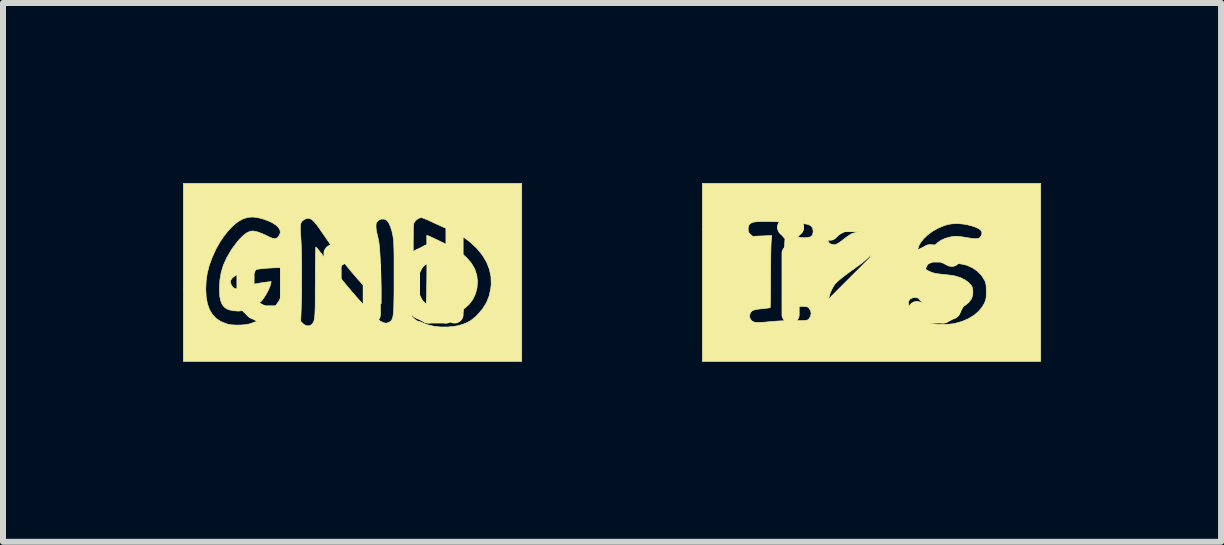
<source format=kicad_pcb>
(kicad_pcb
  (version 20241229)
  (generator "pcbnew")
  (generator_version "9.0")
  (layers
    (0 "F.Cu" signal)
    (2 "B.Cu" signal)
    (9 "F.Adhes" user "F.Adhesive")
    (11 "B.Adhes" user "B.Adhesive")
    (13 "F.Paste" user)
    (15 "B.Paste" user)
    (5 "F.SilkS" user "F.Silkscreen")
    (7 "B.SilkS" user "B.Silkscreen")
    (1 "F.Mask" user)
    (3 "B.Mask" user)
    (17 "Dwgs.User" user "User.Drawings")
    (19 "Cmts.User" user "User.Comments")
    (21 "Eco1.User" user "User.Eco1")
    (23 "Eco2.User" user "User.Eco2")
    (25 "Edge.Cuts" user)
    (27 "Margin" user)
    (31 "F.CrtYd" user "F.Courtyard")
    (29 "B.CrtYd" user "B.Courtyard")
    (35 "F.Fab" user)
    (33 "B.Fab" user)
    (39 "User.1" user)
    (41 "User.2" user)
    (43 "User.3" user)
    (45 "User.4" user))
  (footprint "gnd"
    (layer "F.Cu")
    (at 2.819 1.5)
    (property "Reference" "gnd" (at 0 0 0) (layer "F.SilkS") (effects (font (size 1.524 1.524) (thickness 0.3))))
    (attr through_hole)
    (fp_poly (pts (xy 1.267 -0.621) (xy 1.284 -0.614) (xy 1.317 -0.599) (xy 1.364 -0.577) (xy 1.42 -0.55) (xy 1.484 -0.52) (xy 1.511 -0.506) (xy 1.623 -0.45) (xy 1.715 -0.4) (xy 1.786 -0.356) (xy 1.819 -0.333) (xy 1.914 -0.25) (xy 1.989 -0.16) (xy 2.043 -0.065) (xy 2.076 0.036) (xy 2.088 0.142) (xy 2.088 0.148) (xy 2.079 0.254) (xy 2.052 0.352) (xy 2.008 0.442) (xy 1.95 0.519) (xy 1.88 0.583) (xy 1.798 0.63) (xy 1.733 0.653) (xy 1.675 0.664) (xy 1.606 0.672) (xy 1.534 0.676) (xy 1.465 0.676) (xy 1.407 0.671) (xy 1.385 0.667) (xy 1.34 0.654) (xy 1.294 0.636) (xy 1.276 0.628) (xy 1.228 0.603) (xy 1.237 0.414) (xy 1.239 0.358) (xy 1.24 0.285) (xy 1.242 0.197) (xy 1.243 0.099) (xy 1.244 -0.004) (xy 1.244 -0.11) (xy 1.244 -0.201) (xy 1.242 -0.628) (xy 1.267 -0.621)) (stroke (width 0.01) (type solid)) (fill yes) (layer "F.SilkS"))
    (fp_poly (pts (xy 2.825 1.473) (xy -2.814 1.473) (xy -2.814 0.268) (xy -2.44 0.268) (xy -2.44 0.268) (xy -2.433 0.399) (xy -2.412 0.513) (xy -2.377 0.611) (xy -2.327 0.693) (xy -2.262 0.76) (xy -2.182 0.811) (xy -2.087 0.848) (xy -2.077 0.851) (xy -2.013 0.862) (xy -1.936 0.867) (xy -1.854 0.866) (xy -1.775 0.859) (xy -1.71 0.847) (xy -1.593 0.805) (xy -1.484 0.745) (xy -1.384 0.667) (xy -1.296 0.573) (xy -1.221 0.465) (xy -1.161 0.344) (xy -1.117 0.213) (xy -1.116 0.209) (xy -1.101 0.165) (xy -1.084 0.128) (xy -1.071 0.11) (xy -1.045 0.069) (xy -1.036 0.023) (xy -1.044 -0.021) (xy -1.067 -0.058) (xy -1.083 -0.071) (xy -1.111 -0.08) (xy -1.156 -0.086) (xy -1.217 -0.089) (xy -1.289 -0.088) (xy -1.368 -0.084) (xy -1.453 -0.078) (xy -1.538 -0.069) (xy -1.622 -0.057) (xy -1.698 -0.043) (xy -1.8 -0.018) (xy -1.884 0.012) (xy -1.951 0.045) (xy -1.998 0.082) (xy -2.025 0.121) (xy -2.027 0.128) (xy -2.027 0.16) (xy -2.015 0.197) (xy -1.994 0.23) (xy -1.977 0.246) (xy -1.957 0.257) (xy -1.935 0.262) (xy -1.906 0.26) (xy -1.867 0.251) (xy -1.813 0.235) (xy -1.788 0.226) (xy -1.65 0.187) (xy -1.495 0.159) (xy -1.414 0.149) (xy -1.35 0.142) (xy -1.357 0.178) (xy -1.374 0.231) (xy -1.401 0.293) (xy -1.436 0.357) (xy -1.474 0.417) (xy -1.513 0.466) (xy -1.523 0.476) (xy -1.604 0.543) (xy -1.696 0.592) (xy -1.794 0.623) (xy -1.896 0.634) (xy -1.98 0.628) (xy -2.041 0.615) (xy -2.086 0.599) (xy -2.121 0.576) (xy -2.147 0.549) (xy -2.175 0.507) (xy -2.194 0.453) (xy -2.207 0.386) (xy -2.212 0.301) (xy -2.212 0.253) (xy -2.205 0.115) (xy -2.183 -0.012) (xy -2.146 -0.134) (xy -2.091 -0.255) (xy -2.019 -0.378) (xy -1.996 -0.412) (xy -1.932 -0.499) (xy -1.87 -0.573) (xy -1.811 -0.63) (xy -1.757 -0.67) (xy -1.734 -0.682) (xy -1.698 -0.695) (xy -1.67 -0.701) (xy -1.638 -0.699) (xy -1.61 -0.694) (xy -1.568 -0.683) (xy -1.515 -0.663) (xy -1.457 -0.638) (xy -1.434 -0.627) (xy -1.373 -0.597) (xy -1.326 -0.579) (xy -1.291 -0.573) (xy -1.264 -0.579) (xy -1.24 -0.597) (xy -1.217 -0.626) (xy -1.217 -0.626) (xy -1.199 -0.668) (xy -1.202 -0.712) (xy -1.226 -0.755) (xy -1.232 -0.761) (xy -0.864 -0.761) (xy -0.863 -0.706) (xy -0.859 -0.633) (xy -0.856 -0.599) (xy -0.852 -0.524) (xy -0.848 -0.43) (xy -0.845 -0.322) (xy -0.843 -0.202) (xy -0.842 -0.075) (xy -0.841 0.057) (xy -0.842 0.19) (xy -0.843 0.319) (xy -0.845 0.442) (xy -0.849 0.555) (xy -0.849 0.575) (xy -0.858 0.804) (xy -0.82 0.842) (xy -0.78 0.871) (xy -0.737 0.881) (xy -0.697 0.872) (xy -0.672 0.853) (xy -0.66 0.84) (xy -0.65 0.825) (xy -0.641 0.808) (xy -0.635 0.787) (xy -0.629 0.759) (xy -0.625 0.723) (xy -0.621 0.677) (xy -0.619 0.62) (xy -0.617 0.548) (xy -0.616 0.462) (xy -0.616 0.358) (xy -0.616 0.235) (xy -0.615 0.147) (xy -0.615 0.037) (xy -0.615 -0.067) (xy -0.614 -0.161) (xy -0.613 -0.245) (xy -0.612 -0.316) (xy -0.61 -0.372) (xy -0.609 -0.411) (xy -0.607 -0.431) (xy -0.606 -0.433) (xy -0.597 -0.426) (xy -0.577 -0.405) (xy -0.549 -0.37) (xy -0.514 -0.326) (xy -0.475 -0.275) (xy -0.472 -0.272) (xy -0.384 -0.155) (xy -0.292 -0.039) (xy -0.199 0.077) (xy -0.106 0.191) (xy -0.014 0.3) (xy 0.075 0.403) (xy 0.16 0.498) (xy 0.24 0.584) (xy 0.312 0.659) (xy 0.375 0.722) (xy 0.429 0.77) (xy 0.47 0.802) (xy 0.471 0.802) (xy 0.525 0.829) (xy 0.574 0.835) (xy 0.619 0.819) (xy 0.638 0.805) (xy 0.65 0.793) (xy 0.66 0.779) (xy 0.668 0.761) (xy 0.676 0.738) (xy 0.678 0.724) (xy 0.997 0.724) (xy 1.036 0.763) (xy 1.063 0.786) (xy 1.089 0.8) (xy 1.098 0.802) (xy 1.121 0.807) (xy 1.154 0.82) (xy 1.177 0.83) (xy 1.263 0.864) (xy 1.364 0.887) (xy 1.475 0.899) (xy 1.59 0.899) (xy 1.705 0.887) (xy 1.747 0.88) (xy 1.836 0.857) (xy 1.911 0.828) (xy 1.979 0.789) (xy 2.045 0.736) (xy 2.089 0.693) (xy 2.174 0.595) (xy 2.239 0.49) (xy 2.283 0.378) (xy 2.309 0.255) (xy 2.316 0.187) (xy 2.312 0.061) (xy 2.286 -0.062) (xy 2.24 -0.18) (xy 2.173 -0.294) (xy 2.086 -0.402) (xy 1.979 -0.504) (xy 1.922 -0.549) (xy 1.841 -0.607) (xy 1.76 -0.655) (xy 1.673 -0.699) (xy 1.575 -0.742) (xy 1.516 -0.766) (xy 1.448 -0.797) (xy 1.377 -0.829) (xy 1.319 -0.856) (xy 1.266 -0.881) (xy 1.218 -0.901) (xy 1.179 -0.916) (xy 1.154 -0.923) (xy 1.15 -0.923) (xy 1.111 -0.914) (xy 1.071 -0.887) (xy 1.037 -0.849) (xy 1.033 -0.842) (xy 1.029 -0.832) (xy 1.026 -0.818) (xy 1.023 -0.799) (xy 1.021 -0.772) (xy 1.019 -0.735) (xy 1.018 -0.687) (xy 1.018 -0.626) (xy 1.017 -0.55) (xy 1.017 -0.457) (xy 1.017 -0.345) (xy 1.017 -0.258) (xy 1.016 -0.141) (xy 1.016 -0.022) (xy 1.015 0.093) (xy 1.014 0.203) (xy 1.012 0.303) (xy 1.011 0.391) (xy 1.009 0.463) (xy 1.007 0.513) (xy 0.997 0.724) (xy 0.678 0.724) (xy 0.682 0.708) (xy 0.686 0.669) (xy 0.69 0.62) (xy 0.693 0.558) (xy 0.694 0.483) (xy 0.696 0.391) (xy 0.697 0.282) (xy 0.697 0.154) (xy 0.697 0.06) (xy 0.697 -0.07) (xy 0.697 -0.18) (xy 0.697 -0.272) (xy 0.696 -0.349) (xy 0.695 -0.413) (xy 0.693 -0.465) (xy 0.691 -0.507) (xy 0.689 -0.543) (xy 0.685 -0.574) (xy 0.682 -0.601) (xy 0.678 -0.62) (xy 0.661 -0.7) (xy 0.638 -0.77) (xy 0.613 -0.828) (xy 0.586 -0.868) (xy 0.574 -0.88) (xy 0.533 -0.899) (xy 0.487 -0.9) (xy 0.445 -0.883) (xy 0.428 -0.869) (xy 0.408 -0.846) (xy 0.399 -0.822) (xy 0.396 -0.787) (xy 0.396 -0.778) (xy 0.399 -0.736) (xy 0.407 -0.685) (xy 0.417 -0.642) (xy 0.429 -0.592) (xy 0.441 -0.532) (xy 0.45 -0.475) (xy 0.45 -0.471) (xy 0.456 -0.416) (xy 0.461 -0.343) (xy 0.466 -0.256) (xy 0.471 -0.159) (xy 0.475 -0.056) (xy 0.479 0.049) (xy 0.481 0.152) (xy 0.483 0.249) (xy 0.483 0.308) (xy 0.483 0.511) (xy 0.321 0.346) (xy 0.2 0.22) (xy 0.086 0.094) (xy -0.025 -0.035) (xy -0.135 -0.171) (xy -0.245 -0.315) (xy -0.359 -0.471) (xy -0.479 -0.643) (xy -0.537 -0.728) (xy -0.588 -0.799) (xy -0.631 -0.852) (xy -0.669 -0.888) (xy -0.704 -0.908) (xy -0.738 -0.913) (xy -0.772 -0.905) (xy -0.799 -0.891) (xy -0.824 -0.874) (xy -0.842 -0.856) (xy -0.854 -0.833) (xy -0.862 -0.803) (xy -0.864 -0.761) (xy -1.232 -0.761) (xy -1.268 -0.797) (xy -1.329 -0.837) (xy -1.402 -0.871) (xy -1.502 -0.906) (xy -1.589 -0.927) (xy -1.667 -0.934) (xy -1.739 -0.927) (xy -1.81 -0.906) (xy -1.837 -0.894) (xy -1.91 -0.851) (xy -1.985 -0.789) (xy -2.061 -0.711) (xy -2.134 -0.62) (xy -2.202 -0.52) (xy -2.263 -0.413) (xy -2.275 -0.39) (xy -2.337 -0.251) (xy -2.384 -0.12) (xy -2.416 0.007) (xy -2.434 0.134) (xy -2.44 0.268) (xy -2.814 0.268) (xy -2.814 -1.495) (xy 2.825 -1.495) (xy 2.825 1.473)) (stroke (width 0.01) (type solid)) (fill yes) (layer "F.SilkS")))
  (footprint "i2s"
    (layer "F.Cu")
    (at 11.467 1.5)
    (property "Reference" "i2s" (at 0 0 0) (layer "F.SilkS") (effects (font (size 1.524 1.524) (thickness 0.3))))
    (attr through_hole)
    (fp_poly (pts (xy 2.825 1.473) (xy -2.814 1.473) (xy -2.814 -0.734) (xy -2.05 -0.734) (xy -2.048 -0.699) (xy -2.039 -0.675) (xy -2.019 -0.652) (xy -2.012 -0.646) (xy -1.974 -0.612) (xy -1.815 -0.619) (xy -1.656 -0.625) (xy -1.666 -0.524) (xy -1.668 -0.492) (xy -1.67 -0.44) (xy -1.671 -0.372) (xy -1.673 -0.291) (xy -1.674 -0.199) (xy -1.675 -0.099) (xy -1.675 0.006) (xy -1.676 0.073) (xy -1.676 0.176) (xy -1.676 0.271) (xy -1.677 0.358) (xy -1.678 0.433) (xy -1.679 0.494) (xy -1.68 0.54) (xy -1.681 0.568) (xy -1.682 0.576) (xy -1.695 0.579) (xy -1.725 0.584) (xy -1.768 0.589) (xy -1.819 0.595) (xy -1.82 0.595) (xy -1.887 0.602) (xy -1.936 0.611) (xy -1.971 0.623) (xy -1.994 0.639) (xy -2.01 0.66) (xy -2.017 0.674) (xy -2.027 0.721) (xy -2.015 0.764) (xy -1.987 0.797) (xy -1.969 0.809) (xy -1.947 0.818) (xy -1.918 0.823) (xy -1.878 0.824) (xy -1.826 0.822) (xy -1.758 0.817) (xy -1.671 0.808) (xy -1.665 0.808) (xy -1.603 0.803) (xy -1.525 0.798) (xy -1.44 0.794) (xy -1.354 0.792) (xy -1.288 0.792) (xy -1.213 0.791) (xy -1.156 0.791) (xy -1.115 0.79) (xy -1.087 0.788) (xy -1.068 0.784) (xy -1.055 0.779) (xy -1.046 0.772) (xy -1.039 0.765) (xy -1.011 0.723) (xy -1.001 0.676) (xy -1.009 0.628) (xy -1.035 0.587) (xy -1.036 0.586) (xy -0.726 0.586) (xy -0.721 0.654) (xy -0.707 0.711) (xy -0.682 0.752) (xy -0.681 0.753) (xy -0.671 0.763) (xy -0.661 0.771) (xy -0.649 0.777) (xy -0.632 0.782) (xy -0.609 0.785) (xy -0.576 0.786) (xy -0.534 0.786) (xy -0.478 0.785) (xy -0.407 0.782) (xy -0.32 0.778) (xy -0.214 0.772) (xy -0.158 0.77) (xy -0.08 0.766) (xy -0.02 0.764) (xy 0.026 0.763) (xy 0.06 0.765) (xy 0.087 0.768) (xy 0.109 0.773) (xy 0.116 0.775) (xy 0.176 0.789) (xy 0.221 0.79) (xy 0.256 0.778) (xy 0.279 0.759) (xy 0.306 0.719) (xy 0.312 0.677) (xy 0.297 0.637) (xy 0.277 0.615) (xy 0.239 0.588) (xy 0.191 0.569) (xy 0.13 0.557) (xy 0.053 0.551) (xy -0.005 0.55) (xy -0.067 0.55) (xy -0.138 0.553) (xy -0.215 0.557) (xy -0.291 0.561) (xy -0.362 0.566) (xy -0.423 0.572) (xy -0.467 0.577) (xy -0.471 0.578) (xy -0.509 0.584) (xy -0.501 0.527) (xy -0.497 0.505) (xy 0.622 0.505) (xy 0.622 0.518) (xy 0.632 0.586) (xy 0.662 0.648) (xy 0.713 0.706) (xy 0.72 0.712) (xy 0.769 0.747) (xy 0.832 0.781) (xy 0.904 0.811) (xy 0.978 0.835) (xy 1.005 0.841) (xy 1.067 0.85) (xy 1.144 0.855) (xy 1.226 0.856) (xy 1.306 0.851) (xy 1.377 0.843) (xy 1.393 0.84) (xy 1.511 0.807) (xy 1.619 0.761) (xy 1.714 0.703) (xy 1.794 0.634) (xy 1.856 0.556) (xy 1.884 0.506) (xy 1.899 0.473) (xy 1.909 0.445) (xy 1.914 0.417) (xy 1.917 0.381) (xy 1.918 0.331) (xy 1.918 0.308) (xy 1.917 0.249) (xy 1.915 0.207) (xy 1.91 0.175) (xy 1.902 0.148) (xy 1.893 0.127) (xy 1.843 0.045) (xy 1.776 -0.026) (xy 1.695 -0.084) (xy 1.601 -0.127) (xy 1.584 -0.132) (xy 1.546 -0.142) (xy 1.492 -0.152) (xy 1.43 -0.162) (xy 1.365 -0.17) (xy 1.352 -0.171) (xy 1.252 -0.183) (xy 1.173 -0.197) (xy 1.111 -0.213) (xy 1.066 -0.233) (xy 1.036 -0.257) (xy 1.018 -0.287) (xy 1.011 -0.322) (xy 1.011 -0.33) (xy 1.022 -0.392) (xy 1.052 -0.45) (xy 1.1 -0.501) (xy 1.162 -0.546) (xy 1.238 -0.58) (xy 1.325 -0.603) (xy 1.342 -0.606) (xy 1.38 -0.611) (xy 1.415 -0.613) (xy 1.451 -0.611) (xy 1.496 -0.606) (xy 1.555 -0.597) (xy 1.564 -0.595) (xy 1.64 -0.583) (xy 1.698 -0.575) (xy 1.741 -0.572) (xy 1.772 -0.574) (xy 1.795 -0.581) (xy 1.813 -0.593) (xy 1.819 -0.599) (xy 1.842 -0.634) (xy 1.845 -0.674) (xy 1.828 -0.711) (xy 1.821 -0.719) (xy 1.786 -0.744) (xy 1.733 -0.767) (xy 1.668 -0.788) (xy 1.595 -0.806) (xy 1.519 -0.818) (xy 1.444 -0.824) (xy 1.421 -0.824) (xy 1.343 -0.82) (xy 1.27 -0.807) (xy 1.194 -0.782) (xy 1.109 -0.745) (xy 1.101 -0.741) (xy 1.018 -0.693) (xy 0.942 -0.637) (xy 0.876 -0.574) (xy 0.825 -0.51) (xy 0.798 -0.462) (xy 0.77 -0.377) (xy 0.762 -0.296) (xy 0.775 -0.221) (xy 0.808 -0.153) (xy 0.86 -0.095) (xy 0.931 -0.047) (xy 0.976 -0.025) (xy 1.017 -0.008) (xy 1.062 0.004) (xy 1.115 0.013) (xy 1.181 0.02) (xy 1.209 0.023) (xy 1.268 0.029) (xy 1.327 0.037) (xy 1.378 0.045) (xy 1.404 0.05) (xy 1.488 0.076) (xy 1.562 0.113) (xy 1.624 0.158) (xy 1.669 0.208) (xy 1.679 0.225) (xy 1.692 0.269) (xy 1.695 0.322) (xy 1.689 0.377) (xy 1.673 0.425) (xy 1.673 0.425) (xy 1.631 0.484) (xy 1.571 0.535) (xy 1.498 0.579) (xy 1.413 0.612) (xy 1.32 0.635) (xy 1.224 0.645) (xy 1.126 0.642) (xy 1.099 0.638) (xy 1.019 0.621) (xy 0.955 0.596) (xy 0.903 0.559) (xy 0.858 0.509) (xy 0.851 0.499) (xy 0.824 0.464) (xy 0.8 0.435) (xy 0.782 0.419) (xy 0.78 0.417) (xy 0.739 0.407) (xy 0.694 0.412) (xy 0.654 0.431) (xy 0.652 0.433) (xy 0.633 0.452) (xy 0.624 0.473) (xy 0.622 0.505) (xy -0.497 0.505) (xy -0.49 0.467) (xy -0.473 0.413) (xy -0.448 0.363) (xy -0.413 0.315) (xy -0.365 0.266) (xy -0.304 0.214) (xy -0.227 0.158) (xy -0.144 0.101) (xy -0.04 0.03) (xy 0.046 -0.035) (xy 0.115 -0.095) (xy 0.17 -0.152) (xy 0.213 -0.21) (xy 0.245 -0.269) (xy 0.268 -0.332) (xy 0.281 -0.383) (xy 0.295 -0.48) (xy 0.293 -0.563) (xy 0.275 -0.636) (xy 0.24 -0.701) (xy 0.209 -0.739) (xy 0.134 -0.806) (xy 0.047 -0.856) (xy -0.048 -0.887) (xy -0.148 -0.901) (xy -0.251 -0.896) (xy -0.354 -0.871) (xy -0.434 -0.838) (xy -0.486 -0.808) (xy -0.541 -0.771) (xy -0.594 -0.729) (xy -0.642 -0.686) (xy -0.681 -0.646) (xy -0.707 -0.612) (xy -0.715 -0.595) (xy -0.721 -0.547) (xy -0.708 -0.51) (xy -0.677 -0.485) (xy -0.63 -0.473) (xy -0.611 -0.473) (xy -0.591 -0.476) (xy -0.567 -0.487) (xy -0.534 -0.507) (xy -0.49 -0.539) (xy -0.464 -0.559) (xy -0.418 -0.594) (xy -0.373 -0.625) (xy -0.336 -0.649) (xy -0.311 -0.662) (xy -0.311 -0.662) (xy -0.23 -0.685) (xy -0.154 -0.687) (xy -0.079 -0.667) (xy -0.019 -0.635) (xy 0.027 -0.6) (xy 0.053 -0.562) (xy 0.063 -0.516) (xy 0.061 -0.474) (xy 0.053 -0.424) (xy 0.038 -0.379) (xy 0.016 -0.335) (xy -0.016 -0.292) (xy -0.059 -0.247) (xy -0.116 -0.198) (xy -0.188 -0.141) (xy -0.269 -0.083) (xy -0.358 -0.018) (xy -0.432 0.036) (xy -0.491 0.082) (xy -0.537 0.12) (xy -0.573 0.153) (xy -0.6 0.183) (xy -0.621 0.21) (xy -0.624 0.215) (xy -0.66 0.28) (xy -0.689 0.353) (xy -0.71 0.431) (xy -0.722 0.51) (xy -0.726 0.586) (xy -1.036 0.586) (xy -1.04 0.582) (xy -1.051 0.572) (xy -1.062 0.565) (xy -1.077 0.561) (xy -1.1 0.558) (xy -1.134 0.557) (xy -1.182 0.557) (xy -1.249 0.558) (xy -1.259 0.559) (xy -1.45 0.562) (xy -1.453 0.284) (xy -1.454 0.194) (xy -1.454 0.097) (xy -1.453 -0.003) (xy -1.452 -0.104) (xy -1.45 -0.204) (xy -1.448 -0.298) (xy -1.445 -0.384) (xy -1.443 -0.459) (xy -1.44 -0.519) (xy -1.437 -0.562) (xy -1.435 -0.579) (xy -1.427 -0.609) (xy -1.417 -0.621) (xy -1.414 -0.621) (xy -1.399 -0.618) (xy -1.367 -0.614) (xy -1.32 -0.608) (xy -1.265 -0.602) (xy -1.239 -0.599) (xy -1.154 -0.591) (xy -1.088 -0.589) (xy -1.038 -0.595) (xy -1.004 -0.607) (xy -0.982 -0.629) (xy -0.971 -0.66) (xy -0.967 -0.701) (xy -0.967 -0.701) (xy -0.976 -0.75) (xy -1.003 -0.786) (xy -1.048 -0.809) (xy -1.084 -0.817) (xy -1.172 -0.828) (xy -1.269 -0.837) (xy -1.37 -0.844) (xy -1.473 -0.851) (xy -1.575 -0.855) (xy -1.672 -0.858) (xy -1.761 -0.859) (xy -1.84 -0.858) (xy -1.904 -0.855) (xy -1.952 -0.85) (xy -1.968 -0.846) (xy -2.012 -0.827) (xy -2.038 -0.797) (xy -2.049 -0.753) (xy -2.05 -0.734) (xy -2.814 -0.734) (xy -2.814 -1.495) (xy 2.825 -1.495) (xy 2.825 1.473)) (stroke (width 0.01) (type solid)) (fill yes) (layer "F.SilkS")))
  (gr_rect
    (start -3 -3)
    (end 17.297 5.978)
    (stroke (width 0.1) (type default))
    (fill no)
    (layer "Edge.Cuts")))
</source>
